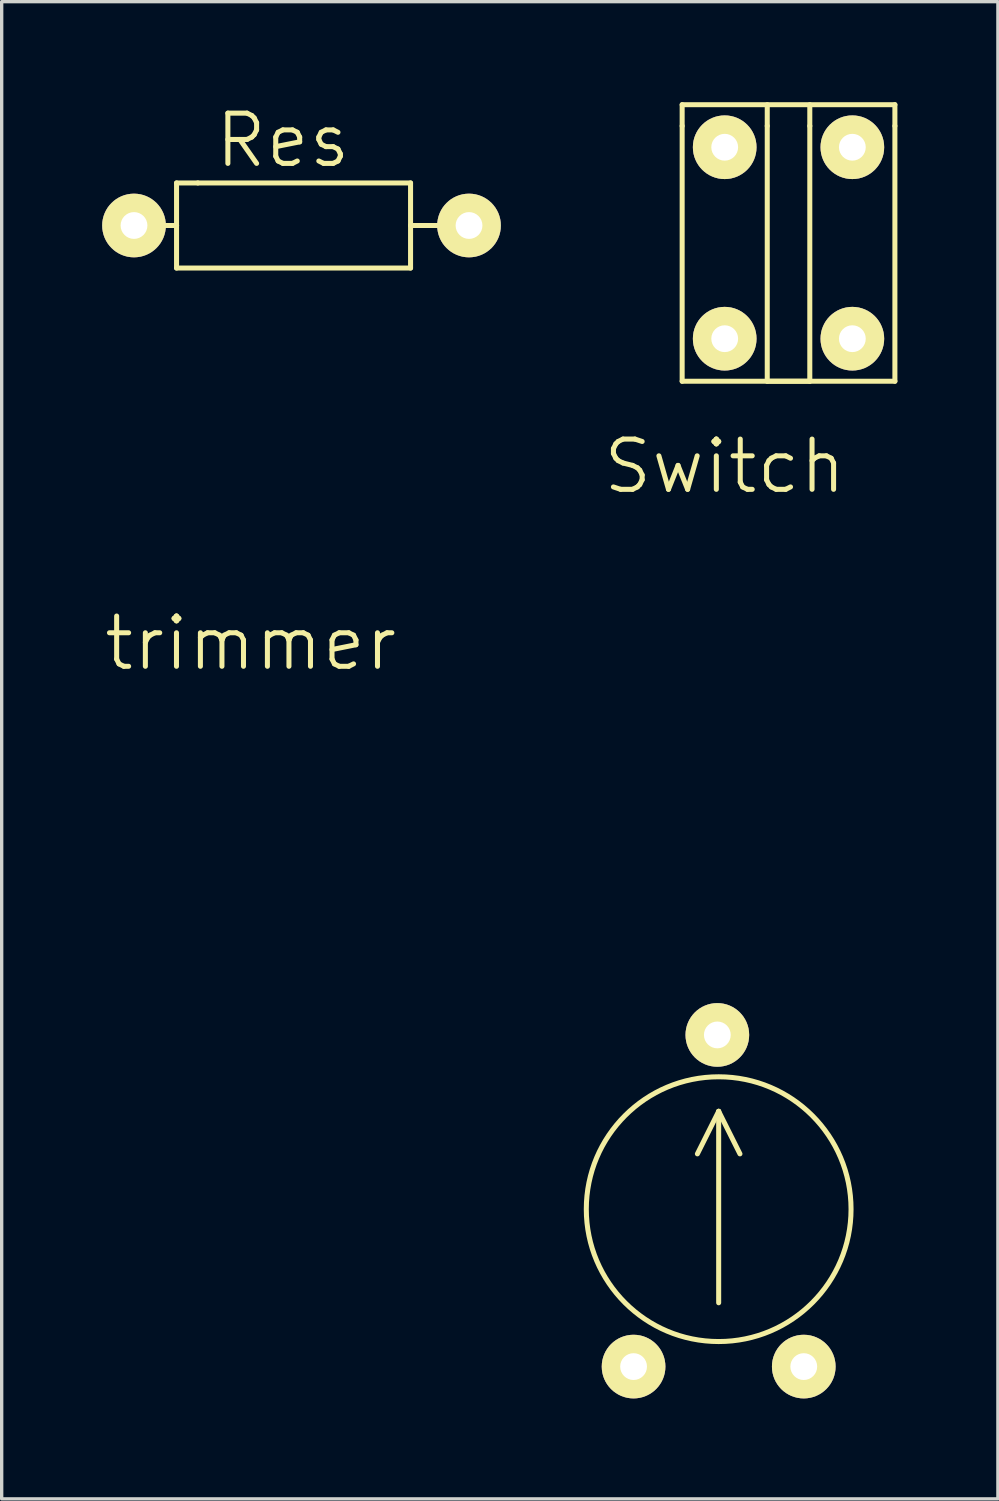
<source format=kicad_pcb>
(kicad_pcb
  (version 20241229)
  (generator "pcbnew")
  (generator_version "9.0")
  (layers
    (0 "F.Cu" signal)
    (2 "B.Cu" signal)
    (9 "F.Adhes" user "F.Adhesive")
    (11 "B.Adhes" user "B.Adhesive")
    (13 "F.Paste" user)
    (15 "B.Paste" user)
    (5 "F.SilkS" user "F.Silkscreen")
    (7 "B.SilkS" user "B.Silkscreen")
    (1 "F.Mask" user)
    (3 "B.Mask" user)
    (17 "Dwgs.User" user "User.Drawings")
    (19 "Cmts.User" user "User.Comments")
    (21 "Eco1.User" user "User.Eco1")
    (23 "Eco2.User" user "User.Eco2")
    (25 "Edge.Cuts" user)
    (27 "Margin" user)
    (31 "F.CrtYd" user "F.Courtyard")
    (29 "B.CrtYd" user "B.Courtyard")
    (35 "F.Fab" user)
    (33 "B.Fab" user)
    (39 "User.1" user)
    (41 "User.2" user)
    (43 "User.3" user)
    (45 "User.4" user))
  (footprint "Res"
    (layer "F.Cu")
    (at 0.95 3.681)
    (property "Reference" "Res" (at 4.445 -2.54 0) (layer "F.SilkS") (effects (font (size 1.5 1.5) (thickness 0.15))))
    (attr through_hole)
    (fp_line (start 0.635 0) (end 1.27 0) (stroke (width 0.15) (type solid)) (layer "F.SilkS"))
    (fp_line (start 1.27 -1.27) (end 1.27 0) (stroke (width 0.15) (type solid)) (layer "F.SilkS"))
    (fp_line (start 1.27 0) (end 0.635 0) (stroke (width 0.15) (type solid)) (layer "F.SilkS"))
    (fp_line (start 1.27 0) (end 1.27 1.27) (stroke (width 0.15) (type solid)) (layer "F.SilkS"))
    (fp_line (start 1.27 1.27) (end 8.255 1.27) (stroke (width 0.15) (type solid)) (layer "F.SilkS"))
    (fp_line (start 1.905 -1.27) (end 1.27 -1.27) (stroke (width 0.15) (type solid)) (layer "F.SilkS"))
    (fp_line (start 8.255 -1.27) (end 1.905 -1.27) (stroke (width 0.15) (type solid)) (layer "F.SilkS"))
    (fp_line (start 8.255 0) (end 8.255 -1.27) (stroke (width 0.15) (type solid)) (layer "F.SilkS"))
    (fp_line (start 8.255 1.27) (end 8.255 0) (stroke (width 0.15) (type solid)) (layer "F.SilkS"))
    (fp_line (start 9.525 0) (end 8.255 0) (stroke (width 0.15) (type solid)) (layer "F.SilkS"))
    (pad "1" thru_hole circle (at 0 0) (size 1.9 1.9) (drill 0.8) (layers "*.Cu" "*.Mask" "F.SilkS"))
    (pad "2" thru_hole circle (at 10 0) (size 1.9 1.9) (drill 0.8) (layers "*.Cu" "*.Mask" "F.SilkS")))
  (footprint "Switch"
    (layer "F.Cu")
    (at 18.582 1.98)
    (property "Reference" "Switch" (at 0 8.89 0) (layer "F.SilkS") (effects (font (size 1.5 1.5) (thickness 0.15))))
    (attr through_hole)
    (fp_line (start -1.27 -1.905) (end 5.08 -1.905) (stroke (width 0.15) (type solid)) (layer "F.SilkS"))
    (fp_line (start -1.27 -1.27) (end -1.27 -1.905) (stroke (width 0.15) (type solid)) (layer "F.SilkS"))
    (fp_line (start -1.27 6.35) (end -1.27 -1.27) (stroke (width 0.15) (type solid)) (layer "F.SilkS"))
    (fp_line (start 1.27 -1.27) (end 1.27 -1.905) (stroke (width 0.15) (type solid)) (layer "F.SilkS"))
    (fp_line (start 1.27 -1.27) (end 1.27 6.35) (stroke (width 0.15) (type solid)) (layer "F.SilkS"))
    (fp_line (start 1.27 6.35) (end 2.54 6.35) (stroke (width 0.15) (type solid)) (layer "F.SilkS"))
    (fp_line (start 2.54 -1.27) (end 2.54 -1.905) (stroke (width 0.15) (type solid)) (layer "F.SilkS"))
    (fp_line (start 2.54 6.35) (end 2.54 -1.27) (stroke (width 0.15) (type solid)) (layer "F.SilkS"))
    (fp_line (start 5.08 -1.27) (end 5.08 -1.905) (stroke (width 0.15) (type solid)) (layer "F.SilkS"))
    (fp_line (start 5.08 -1.27) (end 5.08 6.35) (stroke (width 0.15) (type solid)) (layer "F.SilkS"))
    (fp_line (start 5.08 6.35) (end -1.27 6.35) (stroke (width 0.15) (type solid)) (layer "F.SilkS"))
    (pad "1" thru_hole circle (at 0 -0.635) (size 1.9 1.9) (drill 0.8) (layers "*.Cu" "*.Mask" "F.SilkS"))
    (pad "1" thru_hole circle (at 0 5.08) (size 1.9 1.9) (drill 0.8) (layers "*.Cu" "*.Mask" "F.SilkS"))
    (pad "2" thru_hole circle (at 3.81 -0.635) (size 1.9 1.9) (drill 0.8) (layers "*.Cu" "*.Mask" "F.SilkS"))
    (pad "2" thru_hole circle (at 3.81 5.08) (size 1.9 1.9) (drill 0.8) (layers "*.Cu" "*.Mask" "F.SilkS")))
  (footprint "trimmer"
    (layer "F.Cu")
    (at 15.862 37.742)
    (property "Reference" "trimmer" (at -11.43 -21.59 0) (layer "F.SilkS") (effects (font (size 1.5 1.5) (thickness 0.15))))
    (attr through_hole)
    (fp_line (start 2.54 -7.62) (end 1.905 -6.35) (stroke (width 0.15) (type solid)) (layer "F.SilkS"))
    (fp_line (start 2.54 -7.62) (end 3.175 -6.35) (stroke (width 0.15) (type solid)) (layer "F.SilkS"))
    (fp_line (start 2.54 -1.905) (end 2.54 -7.62) (stroke (width 0.15) (type solid)) (layer "F.SilkS"))
    (fp_circle (center 2.54 -4.699) (end -0.254 -7.493) (stroke (width 0.15) (type solid)) (fill no) (layer "F.SilkS"))
    (pad "1" thru_hole circle (at 0 0) (size 1.9 1.9) (drill 0.8) (layers "*.Cu" "*.Mask" "F.SilkS"))
    (pad "2" thru_hole circle (at 2.5 -9.9) (size 1.9 1.9) (drill 0.8) (layers "*.Cu" "*.Mask" "F.SilkS"))
    (pad "3" thru_hole circle (at 5.08 0) (size 1.9 1.9) (drill 0.8) (layers "*.Cu" "*.Mask" "F.SilkS")))
  (gr_rect
    (start -3 -3)
    (end 26.737 41.691)
    (stroke (width 0.1) (type default))
    (fill no)
    (layer "Edge.Cuts")))
</source>
